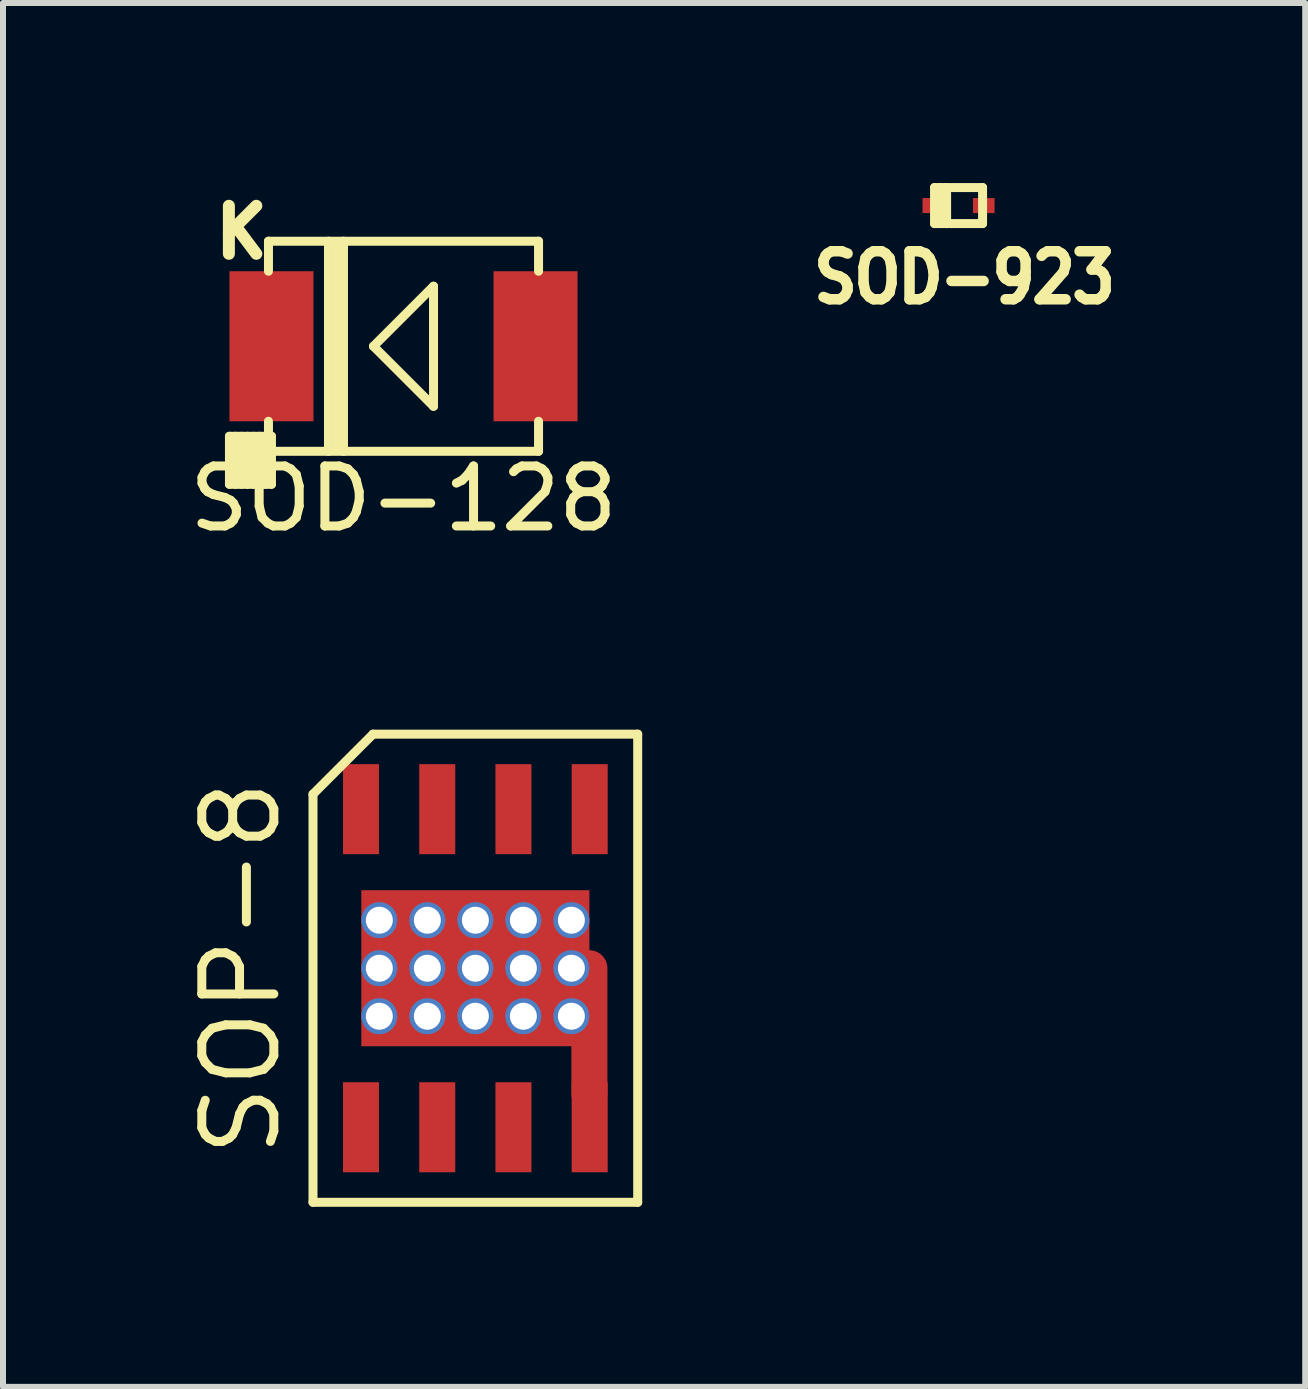
<source format=kicad_pcb>
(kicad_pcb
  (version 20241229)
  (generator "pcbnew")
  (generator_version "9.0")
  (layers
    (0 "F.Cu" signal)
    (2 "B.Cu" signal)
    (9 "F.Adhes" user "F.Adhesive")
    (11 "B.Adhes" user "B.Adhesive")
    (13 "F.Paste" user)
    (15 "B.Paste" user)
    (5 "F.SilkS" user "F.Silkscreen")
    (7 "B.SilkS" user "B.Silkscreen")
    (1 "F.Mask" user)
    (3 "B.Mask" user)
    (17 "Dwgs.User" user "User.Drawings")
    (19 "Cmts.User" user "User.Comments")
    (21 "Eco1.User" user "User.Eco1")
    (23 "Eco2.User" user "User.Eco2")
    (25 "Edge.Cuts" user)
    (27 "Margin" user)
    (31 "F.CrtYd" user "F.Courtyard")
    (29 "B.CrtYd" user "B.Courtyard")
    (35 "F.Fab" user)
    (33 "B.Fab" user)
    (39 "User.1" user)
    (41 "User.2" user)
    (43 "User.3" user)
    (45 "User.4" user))
  (footprint "SOP-8"
    (layer "F.Cu")
    (at 4.87 13.082)
    (property "Reference" "SOP-8" (at -3.905 0 90) (layer "F.SilkS") (effects (font (size 1.2 1.2) (thickness 0.15))))
    (attr smd)
    (fp_line (start 1.9 0) (end 0 0) (stroke (width 0.3) (type solid)) (layer "F.Cu"))
    (fp_line (start 1.9 2.1) (end 1.9 0) (stroke (width 0.6) (type solid)) (layer "F.Cu"))
    (fp_line (start -2.705 -2.9) (end -2.705 3.9) (stroke (width 0.15) (type solid)) (layer "F.SilkS"))
    (fp_line (start -2.705 3.9) (end 2.705 3.9) (stroke (width 0.15) (type solid)) (layer "F.SilkS"))
    (fp_line (start -1.705 -3.9) (end -2.705 -2.9) (stroke (width 0.15) (type solid)) (layer "F.SilkS"))
    (fp_line (start 2.705 -3.9) (end -1.705 -3.9) (stroke (width 0.15) (type solid)) (layer "F.SilkS"))
    (fp_line (start 2.705 3.9) (end 2.705 -3.9) (stroke (width 0.15) (type solid)) (layer "F.SilkS"))
    (pad "1" smd rect (at -1.905 2.65) (size 0.6 1.5) (layers "F.Cu" "F.Mask" "F.Paste"))
    (pad "2" smd rect (at -0.635 2.65) (size 0.6 1.5) (layers "F.Cu" "F.Mask" "F.Paste"))
    (pad "3" smd rect (at 0.635 2.65) (size 0.6 1.5) (layers "F.Cu" "F.Mask" "F.Paste"))
    (pad "4" smd rect (at 1.905 2.65) (size 0.6 1.5) (layers "F.Cu" "F.Mask" "F.Paste"))
    (pad "5" smd rect (at 1.905 -2.65) (size 0.6 1.5) (layers "F.Cu" "F.Mask" "F.Paste"))
    (pad "6" smd rect (at 0.635 -2.65) (size 0.6 1.5) (layers "F.Cu" "F.Mask" "F.Paste"))
    (pad "7" smd rect (at -0.635 -2.65) (size 0.6 1.5) (layers "F.Cu" "F.Mask" "F.Paste"))
    (pad "8" smd rect (at -1.905 -2.65) (size 0.6 1.5) (layers "F.Cu" "F.Mask" "F.Paste"))
    (pad "9" thru_hole circle (at -1.6 -0.8) (size 0.6 0.6) (drill 0.45) (layers "*.Cu" "*.Mask"))
    (pad "9" thru_hole circle (at -1.6 0) (size 0.6 0.6) (drill 0.45) (layers "*.Cu" "*.Mask"))
    (pad "9" thru_hole circle (at -1.6 0.8) (size 0.6 0.6) (drill 0.45) (layers "*.Cu" "*.Mask"))
    (pad "9" thru_hole circle (at -0.8 -0.8) (size 0.6 0.6) (drill 0.45) (layers "*.Cu" "*.Mask"))
    (pad "9" thru_hole circle (at -0.8 0) (size 0.6 0.6) (drill 0.45) (layers "*.Cu" "*.Mask"))
    (pad "9" thru_hole circle (at -0.8 0.8) (size 0.6 0.6) (drill 0.45) (layers "*.Cu" "*.Mask"))
    (pad "9" thru_hole circle (at 0 -0.8) (size 0.6 0.6) (drill 0.45) (layers "*.Cu" "*.Mask"))
    (pad "9" thru_hole circle (at 0 0) (size 0.6 0.6) (drill 0.45) (layers "*.Cu" "*.Mask"))
    (pad "9" smd rect (at 0 0) (size 3.8 2.6) (layers "F.Cu" "F.Mask" "F.Paste"))
    (pad "9" thru_hole circle (at 0 0.8) (size 0.6 0.6) (drill 0.45) (layers "*.Cu" "*.Mask"))
    (pad "9" thru_hole circle (at 0.8 -0.8) (size 0.6 0.6) (drill 0.45) (layers "*.Cu" "*.Mask"))
    (pad "9" thru_hole circle (at 0.8 0) (size 0.6 0.6) (drill 0.45) (layers "*.Cu" "*.Mask"))
    (pad "9" thru_hole circle (at 0.8 0.8) (size 0.6 0.6) (drill 0.45) (layers "*.Cu" "*.Mask"))
    (pad "9" thru_hole circle (at 1.6 -0.8) (size 0.6 0.6) (drill 0.45) (layers "*.Cu" "*.Mask"))
    (pad "9" thru_hole circle (at 1.6 0) (size 0.6 0.6) (drill 0.45) (layers "*.Cu" "*.Mask"))
    (pad "9" thru_hole circle (at 1.6 0.8) (size 0.6 0.6) (drill 0.45) (layers "*.Cu" "*.Mask")))
  (footprint "SOD-128"
    (layer "F.Cu")
    (at 3.673 2.719)
    (property "Reference" "SOD-128" (at 0 2.54 0) (layer "F.SilkS") (effects (font (size 1 1) (thickness 0.15))))
    (attr through_hole)
    (fp_line (start -2.9 1.5) (end -2.2 1.5) (stroke (width 0.15) (type solid)) (layer "F.SilkS"))
    (fp_line (start -2.9 2.3) (end -2.9 1.5) (stroke (width 0.15) (type solid)) (layer "F.SilkS"))
    (fp_line (start -2.8 1.5) (end -2.8 2.3) (stroke (width 0.15) (type solid)) (layer "F.SilkS"))
    (fp_line (start -2.7 1.5) (end -2.7 2.3) (stroke (width 0.15) (type solid)) (layer "F.SilkS"))
    (fp_line (start -2.6 1.5) (end -2.6 2.3) (stroke (width 0.15) (type solid)) (layer "F.SilkS"))
    (fp_line (start -2.5 1.5) (end -2.5 2.3) (stroke (width 0.15) (type solid)) (layer "F.SilkS"))
    (fp_line (start -2.4 1.5) (end -2.4 2.3) (stroke (width 0.15) (type solid)) (layer "F.SilkS"))
    (fp_line (start -2.3 1.5) (end -2.3 2.3) (stroke (width 0.15) (type solid)) (layer "F.SilkS"))
    (fp_line (start -2.25 -1.75) (end 2.25 -1.75) (stroke (width 0.15) (type solid)) (layer "F.SilkS"))
    (fp_line (start -2.25 -1.25) (end -2.25 -1.75) (stroke (width 0.15) (type solid)) (layer "F.SilkS"))
    (fp_line (start -2.25 1.75) (end -2.25 1.25) (stroke (width 0.15) (type solid)) (layer "F.SilkS"))
    (fp_line (start -2.2 1.5) (end -2.2 2.3) (stroke (width 0.15) (type solid)) (layer "F.SilkS"))
    (fp_line (start -2.2 2.3) (end -2.9 2.3) (stroke (width 0.15) (type solid)) (layer "F.SilkS"))
    (fp_line (start -1.25 -1.75) (end -1.25 1.75) (stroke (width 0.15) (type solid)) (layer "F.SilkS"))
    (fp_line (start -1.1 -1.7) (end -1.1 1.7) (stroke (width 0.15) (type solid)) (layer "F.SilkS"))
    (fp_line (start -1 -1.75) (end -1 1.75) (stroke (width 0.15) (type solid)) (layer "F.SilkS"))
    (fp_line (start -0.5 0) (end 0.5 -1) (stroke (width 0.15) (type solid)) (layer "F.SilkS"))
    (fp_line (start 0.5 -1) (end 0.5 1) (stroke (width 0.15) (type solid)) (layer "F.SilkS"))
    (fp_line (start 0.5 1) (end -0.5 0) (stroke (width 0.15) (type solid)) (layer "F.SilkS"))
    (fp_line (start 2.25 -1.75) (end 2.25 -1.25) (stroke (width 0.15) (type solid)) (layer "F.SilkS"))
    (fp_line (start 2.25 1.25) (end 2.25 1.75) (stroke (width 0.15) (type solid)) (layer "F.SilkS"))
    (fp_line (start 2.25 1.75) (end -2.25 1.75) (stroke (width 0.15) (type solid)) (layer "F.SilkS"))
    (fp_text user "K" (at -2.7 -1.9 0) (layer "F.SilkS") (effects (font (size 0.8 0.8) (thickness 0.2))))
    (pad "1" smd rect (at -2.2 0) (size 1.4 2.5) (layers "F.Cu" "F.Mask" "F.Paste"))
    (pad "2" smd rect (at 2.2 0) (size 1.4 2.5) (layers "F.Cu" "F.Mask" "F.Paste")))
  (footprint "SOD-923"
    (layer "F.Cu")
    (at 12.921 0.375)
    (property "Reference" "SOD-923" (at 0.1 1.2 0) (layer "F.SilkS") (effects (font (size 0.8 0.7) (thickness 0.175))))
    (attr smd)
    (fp_line (start -0.4 -0.3) (end 0.4 -0.3) (stroke (width 0.15) (type solid)) (layer "F.SilkS"))
    (fp_line (start -0.4 0.3) (end -0.4 -0.3) (stroke (width 0.15) (type solid)) (layer "F.SilkS"))
    (fp_line (start -0.3 -0.3) (end -0.3 0.3) (stroke (width 0.15) (type solid)) (layer "F.SilkS"))
    (fp_line (start -0.2 -0.3) (end -0.2 0.3) (stroke (width 0.15) (type solid)) (layer "F.SilkS"))
    (fp_line (start -0.2 0.3) (end -0.2 -0.2) (stroke (width 0.15) (type solid)) (layer "F.SilkS"))
    (fp_line (start 0.4 -0.3) (end 0.4 0.3) (stroke (width 0.15) (type solid)) (layer "F.SilkS"))
    (fp_line (start 0.4 0.3) (end -0.4 0.3) (stroke (width 0.15) (type solid)) (layer "F.SilkS"))
    (pad "1" smd rect (at -0.42 0) (size 0.36 0.25) (layers "F.Cu" "F.Mask" "F.Paste"))
    (pad "2" smd rect (at 0.42 0) (size 0.36 0.25) (layers "F.Cu" "F.Mask" "F.Paste")))
  (gr_rect
    (start -3 -3)
    (end 18.697 20.057)
    (stroke (width 0.1) (type default))
    (fill no)
    (layer "Edge.Cuts")))
</source>
